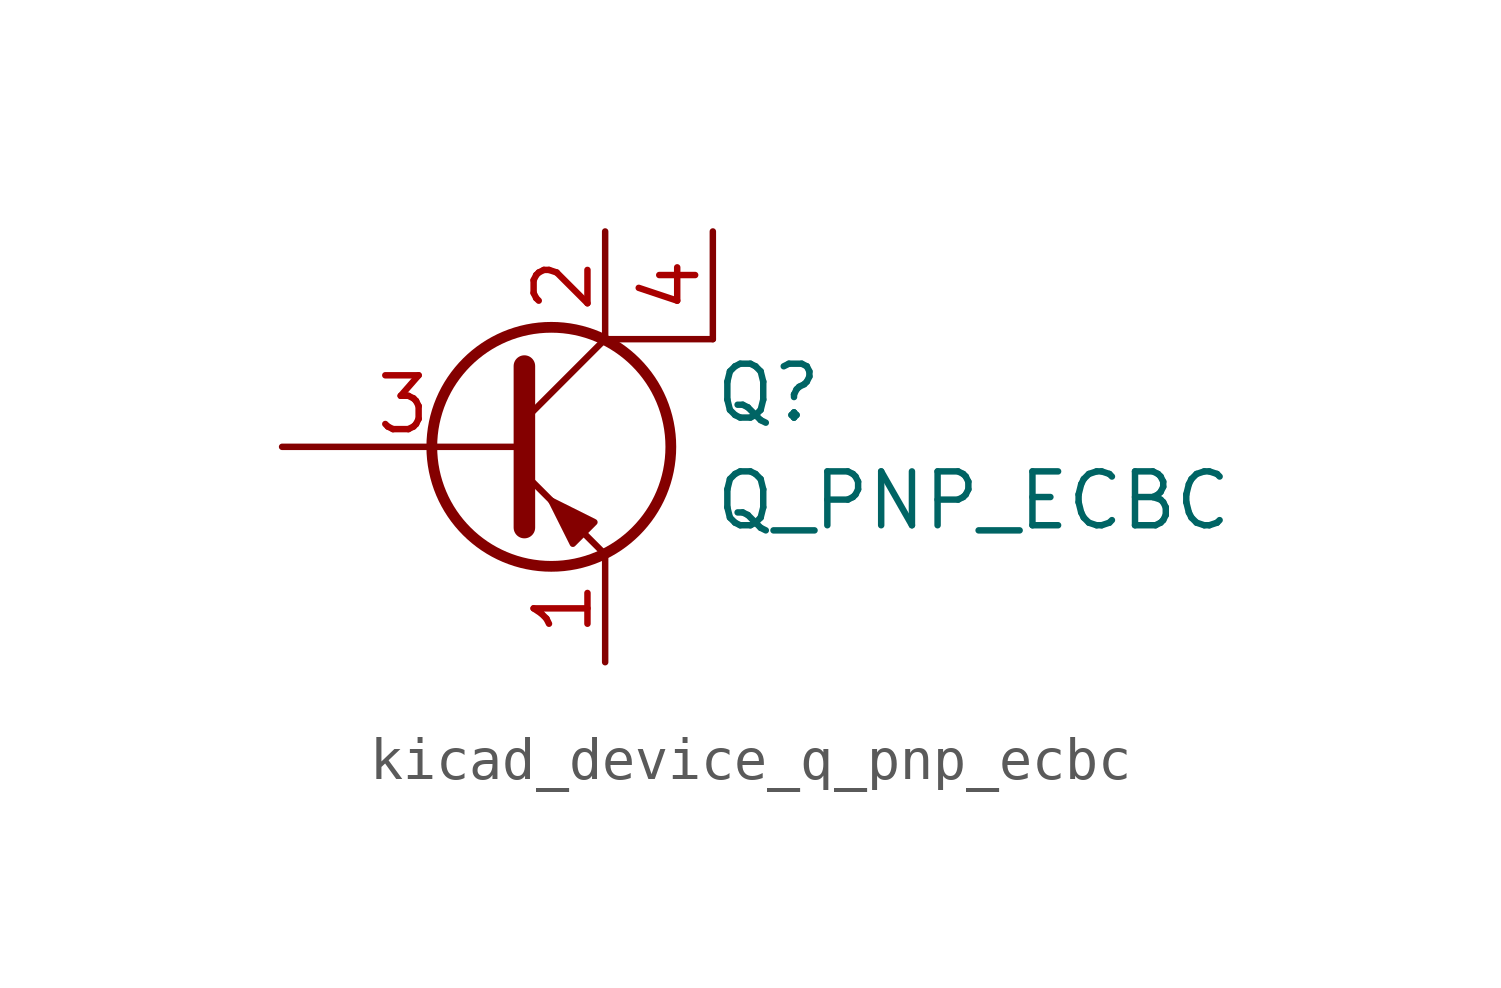
<source format=kicad_sym>
(kicad_symbol_lib
  (version 20220914)
  (generator kicad_symbol_editor)
  (symbol "kicad_device_q_pnp_ecbc"
    (pin_names
      (offset 0) hide)
    (property "Reference" "Q"
      (at 5.08 1.27 0)
      (effects (font (size 1.27 1.27)) (justify left)))
    (property "Value" "Q_PNP_ECBC"
      (at 5.08 -1.27 0)
      (effects (font (size 1.27 1.27)) (justify left)))
    (symbol "kicad_device_q_pnp_ecbc_0_1"
      (polyline (pts (xy 0.635 0.635) (xy 2.54 2.54)) (stroke (width 0) (type default)) (fill (type none)))
      (polyline (pts (xy 5.08 2.54) (xy 2.54 2.54)) (stroke (width 0) (type default)) (fill (type none)))
      (polyline (pts (xy 0.635 -0.635) (xy 2.54 -2.54) (xy 2.54 -2.54)) (stroke (width 0) (type default)) (fill (type none)))
      (polyline (pts (xy 0.635 1.905) (xy 0.635 -1.905) (xy 0.635 -1.905)) (stroke (width 0.508) (type default)) (fill (type none)))
      (polyline (pts (xy 2.286 -1.778) (xy 1.778 -2.286) (xy 1.27 -1.27) (xy 2.286 -1.778) (xy 2.286 -1.778)) (stroke (width 0) (type default)) (fill (type outline)))
      (circle (center 1.27 0) (radius 2.819) (stroke (width 0.254) (type default)) (fill (type none))))
    (symbol "kicad_device_q_pnp_ecbc_1_1"
      (pin passive line (at 2.54 -5.08 90) (length 2.54) (name "E" (effects (font (size 1.27 1.27)))) (number "1" (effects (font (size 1.27 1.27)))))
      (pin passive line (at 2.54 5.08 270) (length 2.54) (name "C" (effects (font (size 1.27 1.27)))) (number "2" (effects (font (size 1.27 1.27)))))
      (pin input line (at -5.08 0 0) (length 5.715) (name "B" (effects (font (size 1.27 1.27)))) (number "3" (effects (font (size 1.27 1.27)))))
      (pin passive line (at 5.08 5.08 270) (length 2.54) (name "C" (effects (font (size 1.27 1.27)))) (number "4" (effects (font (size 1.27 1.27))))))))
</source>
